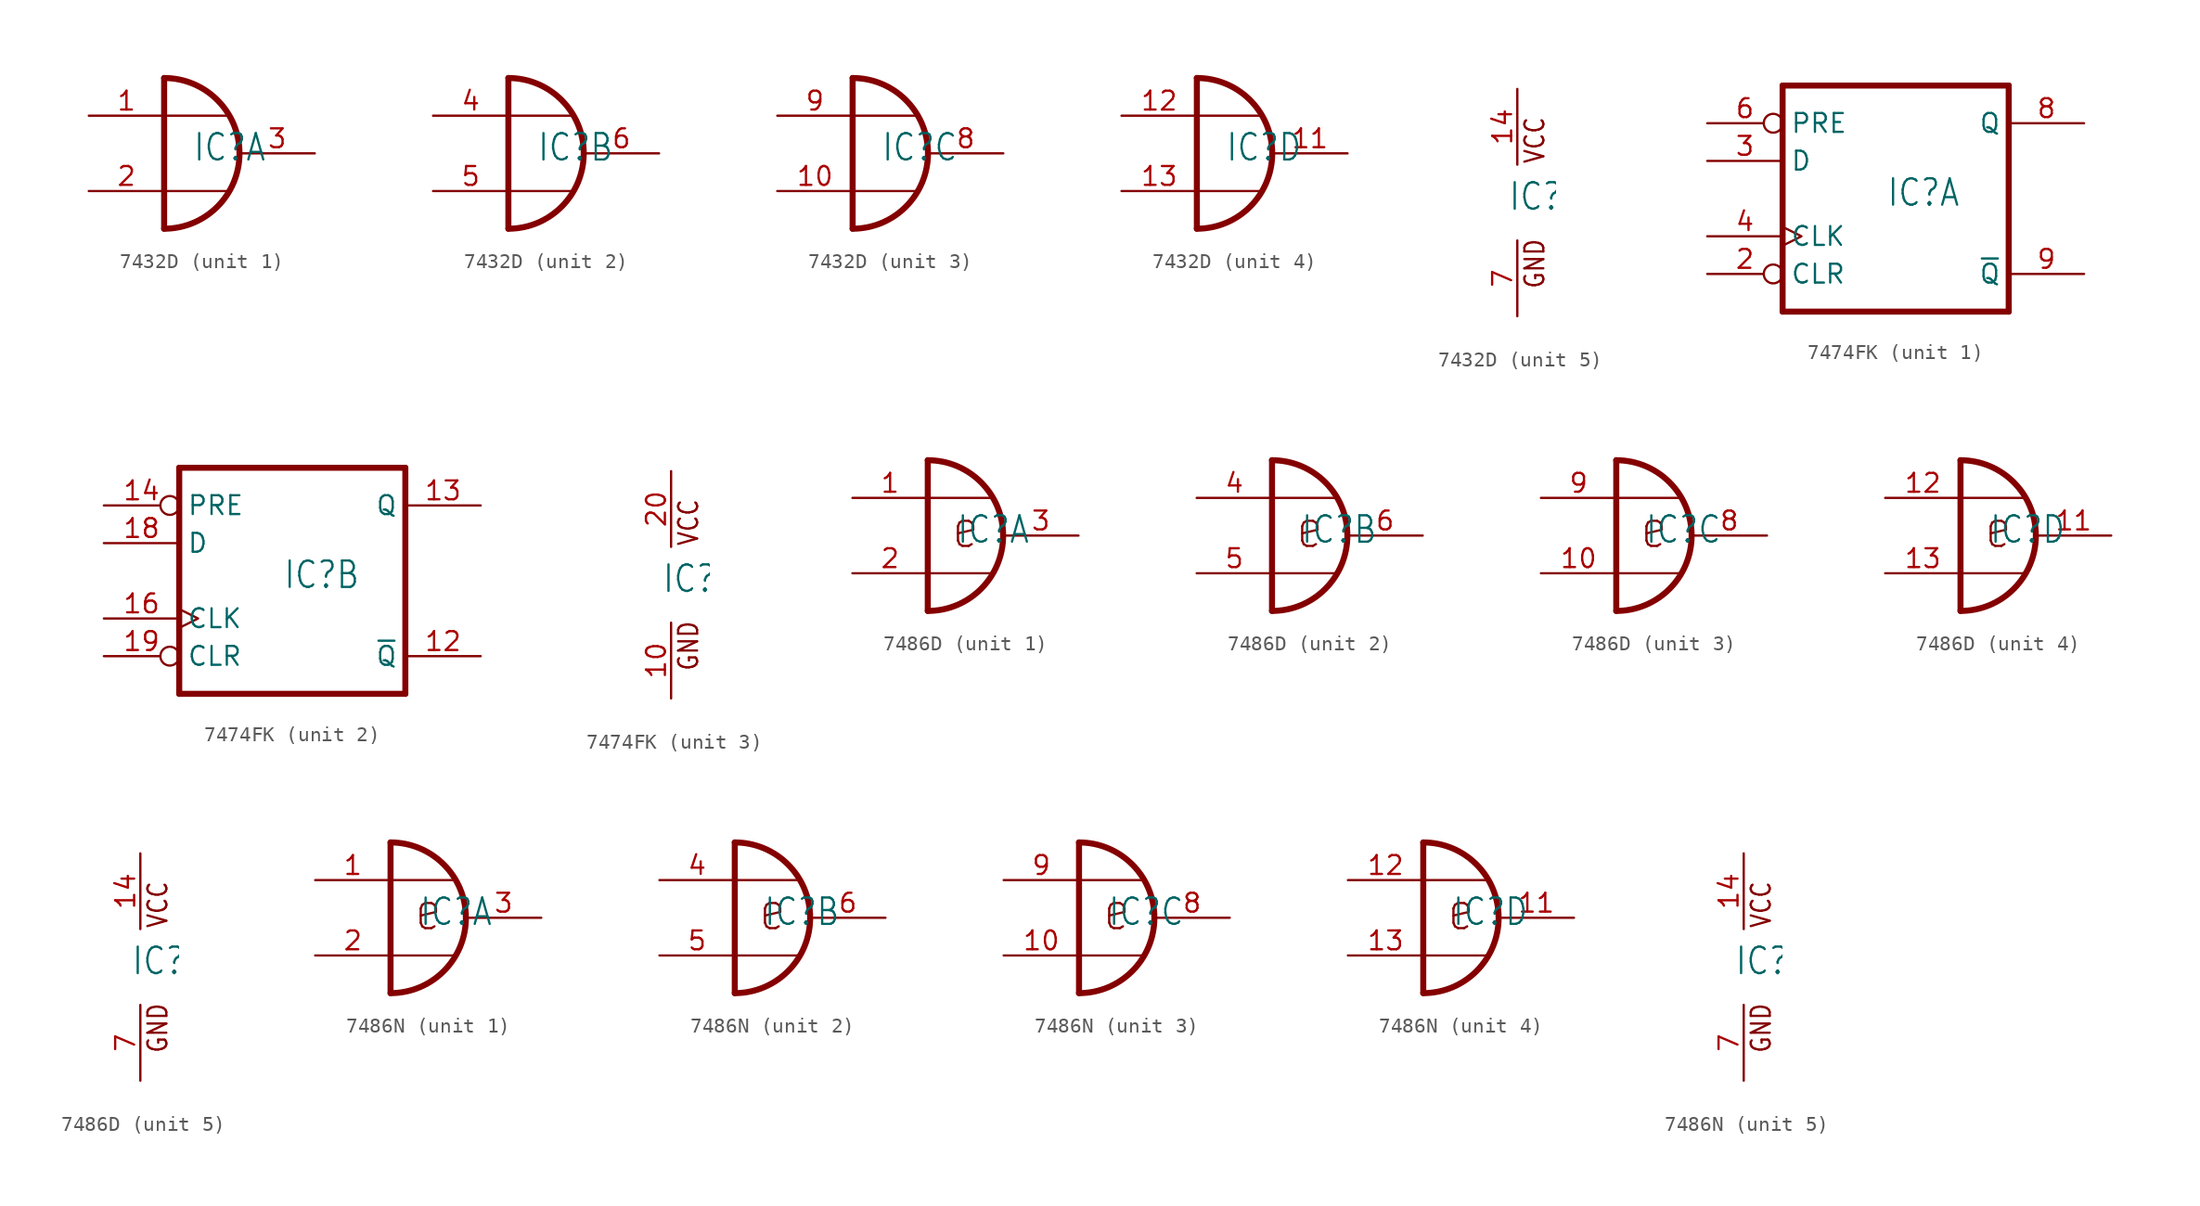
<source format=kicad_sym>
(kicad_symbol_lib
  (version 20211014)
  (generator kicad_symbol_editor)
  (symbol "7432D"
    (property "Reference" "IC"
      (at -0.635 -0.635 0)
      (effects (font (size 1.778 1.511)) (justify left bottom)))
    (property "ki_locked" ""
      (at 0 0 0)
      (effects (font (size 1.27 1.27))))
    (symbol "7432D_1_0"
      (arc (start -2.54 -5.08) (mid 2.54 0) (end -2.54 5.08) (stroke (width 0.4064) (type default) (color 0 0 0 0)) (fill (type none)))
      (polyline (pts (xy -2.54 5.08) (xy -2.54 -5.08)) (stroke (width 0.406) (type default) (color 0 0 0 0)) (fill (type none)))
      (polyline (pts (xy 1.778 -2.54) (xy -2.54 -2.54)) (stroke (width 0.152) (type default) (color 0 0 0 0)) (fill (type none)))
      (polyline (pts (xy 1.778 2.54) (xy -2.54 2.54)) (stroke (width 0.152) (type default) (color 0 0 0 0)) (fill (type none)))
      (pin input line (at -7.62 2.54 0) (length 5.08) (name "I0" (effects (font (size 0 0)))) (number "1" (effects (font (size 1.27 1.27)))))
      (pin input line (at -7.62 -2.54 0) (length 5.08) (name "I1" (effects (font (size 0 0)))) (number "2" (effects (font (size 1.27 1.27)))))
      (pin output line (at 7.62 0 180) (length 5.08) (name "O" (effects (font (size 0 0)))) (number "3" (effects (font (size 1.27 1.27))))))
    (symbol "7432D_2_0"
      (arc (start -2.54 -5.08) (mid 2.54 0) (end -2.54 5.08) (stroke (width 0.4064) (type default) (color 0 0 0 0)) (fill (type none)))
      (polyline (pts (xy -2.54 5.08) (xy -2.54 -5.08)) (stroke (width 0.406) (type default) (color 0 0 0 0)) (fill (type none)))
      (polyline (pts (xy 1.778 -2.54) (xy -2.54 -2.54)) (stroke (width 0.152) (type default) (color 0 0 0 0)) (fill (type none)))
      (polyline (pts (xy 1.778 2.54) (xy -2.54 2.54)) (stroke (width 0.152) (type default) (color 0 0 0 0)) (fill (type none)))
      (pin input line (at -7.62 2.54 0) (length 5.08) (name "I0" (effects (font (size 0 0)))) (number "4" (effects (font (size 1.27 1.27)))))
      (pin input line (at -7.62 -2.54 0) (length 5.08) (name "I1" (effects (font (size 0 0)))) (number "5" (effects (font (size 1.27 1.27)))))
      (pin output line (at 7.62 0 180) (length 5.08) (name "O" (effects (font (size 0 0)))) (number "6" (effects (font (size 1.27 1.27))))))
    (symbol "7432D_3_0"
      (arc (start -2.54 -5.08) (mid 2.54 0) (end -2.54 5.08) (stroke (width 0.4064) (type default) (color 0 0 0 0)) (fill (type none)))
      (polyline (pts (xy -2.54 5.08) (xy -2.54 -5.08)) (stroke (width 0.406) (type default) (color 0 0 0 0)) (fill (type none)))
      (polyline (pts (xy 1.778 -2.54) (xy -2.54 -2.54)) (stroke (width 0.152) (type default) (color 0 0 0 0)) (fill (type none)))
      (polyline (pts (xy 1.778 2.54) (xy -2.54 2.54)) (stroke (width 0.152) (type default) (color 0 0 0 0)) (fill (type none)))
      (pin input line (at -7.62 -2.54 0) (length 5.08) (name "I1" (effects (font (size 0 0)))) (number "10" (effects (font (size 1.27 1.27)))))
      (pin output line (at 7.62 0 180) (length 5.08) (name "O" (effects (font (size 0 0)))) (number "8" (effects (font (size 1.27 1.27)))))
      (pin input line (at -7.62 2.54 0) (length 5.08) (name "I0" (effects (font (size 0 0)))) (number "9" (effects (font (size 1.27 1.27))))))
    (symbol "7432D_4_0"
      (arc (start -2.54 -5.08) (mid 2.54 0) (end -2.54 5.08) (stroke (width 0.4064) (type default) (color 0 0 0 0)) (fill (type none)))
      (polyline (pts (xy -2.54 5.08) (xy -2.54 -5.08)) (stroke (width 0.406) (type default) (color 0 0 0 0)) (fill (type none)))
      (polyline (pts (xy 1.778 -2.54) (xy -2.54 -2.54)) (stroke (width 0.152) (type default) (color 0 0 0 0)) (fill (type none)))
      (polyline (pts (xy 1.778 2.54) (xy -2.54 2.54)) (stroke (width 0.152) (type default) (color 0 0 0 0)) (fill (type none)))
      (pin output line (at 7.62 0 180) (length 5.08) (name "O" (effects (font (size 0 0)))) (number "11" (effects (font (size 1.27 1.27)))))
      (pin input line (at -7.62 2.54 0) (length 5.08) (name "I0" (effects (font (size 0 0)))) (number "12" (effects (font (size 1.27 1.27)))))
      (pin input line (at -7.62 -2.54 0) (length 5.08) (name "I1" (effects (font (size 0 0)))) (number "13" (effects (font (size 1.27 1.27))))))
    (symbol "7432D_5_0"
      (text "GND" (at 1.905 -5.842 900) (effects (font (size 1.27 1.079)) (justify left bottom)))
      (text "VCC" (at 1.905 2.54 900) (effects (font (size 1.27 1.079)) (justify left bottom)))
      (pin power_in line (at 0 7.62 270) (length 5.08) (name "VCC" (effects (font (size 0 0)))) (number "14" (effects (font (size 1.27 1.27)))))
      (pin power_in line (at 0 -7.62 90) (length 5.08) (name "GND" (effects (font (size 0 0)))) (number "7" (effects (font (size 1.27 1.27)))))))
  (symbol "7474FK"
    (property "Reference" "IC"
      (at -0.635 -0.635 0)
      (effects (font (size 1.778 1.511)) (justify left bottom)))
    (property "ki_locked" ""
      (at 0 0 0)
      (effects (font (size 1.27 1.27))))
    (symbol "7474FK_1_0"
      (polyline (pts (xy -7.62 -7.62) (xy 7.62 -7.62)) (stroke (width 0.406) (type default) (color 0 0 0 0)) (fill (type none)))
      (polyline (pts (xy -7.62 7.62) (xy -7.62 -7.62)) (stroke (width 0.406) (type default) (color 0 0 0 0)) (fill (type none)))
      (polyline (pts (xy 7.62 -7.62) (xy 7.62 7.62)) (stroke (width 0.406) (type default) (color 0 0 0 0)) (fill (type none)))
      (polyline (pts (xy 7.62 7.62) (xy -7.62 7.62)) (stroke (width 0.406) (type default) (color 0 0 0 0)) (fill (type none)))
      (pin input inverted (at -12.7 -5.08 0) (length 5.08) (name "CLR" (effects (font (size 1.27 1.27)))) (number "2" (effects (font (size 1.27 1.27)))))
      (pin input line (at -12.7 2.54 0) (length 5.08) (name "D" (effects (font (size 1.27 1.27)))) (number "3" (effects (font (size 1.27 1.27)))))
      (pin input clock (at -12.7 -2.54 0) (length 5.08) (name "CLK" (effects (font (size 1.27 1.27)))) (number "4" (effects (font (size 1.27 1.27)))))
      (pin input inverted (at -12.7 5.08 0) (length 5.08) (name "PRE" (effects (font (size 1.27 1.27)))) (number "6" (effects (font (size 1.27 1.27)))))
      (pin output line (at 12.7 5.08 180) (length 5.08) (name "Q" (effects (font (size 1.27 1.27)))) (number "8" (effects (font (size 1.27 1.27)))))
      (pin output line (at 12.7 -5.08 180) (length 5.08) (name "~{Q}" (effects (font (size 1.27 1.27)))) (number "9" (effects (font (size 1.27 1.27))))))
    (symbol "7474FK_2_0"
      (polyline (pts (xy -7.62 -7.62) (xy 7.62 -7.62)) (stroke (width 0.406) (type default) (color 0 0 0 0)) (fill (type none)))
      (polyline (pts (xy -7.62 7.62) (xy -7.62 -7.62)) (stroke (width 0.406) (type default) (color 0 0 0 0)) (fill (type none)))
      (polyline (pts (xy 7.62 -7.62) (xy 7.62 7.62)) (stroke (width 0.406) (type default) (color 0 0 0 0)) (fill (type none)))
      (polyline (pts (xy 7.62 7.62) (xy -7.62 7.62)) (stroke (width 0.406) (type default) (color 0 0 0 0)) (fill (type none)))
      (pin output line (at 12.7 -5.08 180) (length 5.08) (name "~{Q}" (effects (font (size 1.27 1.27)))) (number "12" (effects (font (size 1.27 1.27)))))
      (pin output line (at 12.7 5.08 180) (length 5.08) (name "Q" (effects (font (size 1.27 1.27)))) (number "13" (effects (font (size 1.27 1.27)))))
      (pin input inverted (at -12.7 5.08 0) (length 5.08) (name "PRE" (effects (font (size 1.27 1.27)))) (number "14" (effects (font (size 1.27 1.27)))))
      (pin input clock (at -12.7 -2.54 0) (length 5.08) (name "CLK" (effects (font (size 1.27 1.27)))) (number "16" (effects (font (size 1.27 1.27)))))
      (pin input line (at -12.7 2.54 0) (length 5.08) (name "D" (effects (font (size 1.27 1.27)))) (number "18" (effects (font (size 1.27 1.27)))))
      (pin input inverted (at -12.7 -5.08 0) (length 5.08) (name "CLR" (effects (font (size 1.27 1.27)))) (number "19" (effects (font (size 1.27 1.27))))))
    (symbol "7474FK_3_0"
      (text "GND" (at 1.905 -5.842 900) (effects (font (size 1.27 1.079)) (justify left bottom)))
      (text "VCC" (at 1.905 2.54 900) (effects (font (size 1.27 1.079)) (justify left bottom)))
      (pin power_in line (at 0 -7.62 90) (length 5.08) (name "GND" (effects (font (size 0 0)))) (number "10" (effects (font (size 1.27 1.27)))))
      (pin power_in line (at 0 7.62 270) (length 5.08) (name "VCC" (effects (font (size 0 0)))) (number "20" (effects (font (size 1.27 1.27)))))))
  (symbol "7486D"
    (property "Reference" "IC"
      (at -0.635 -0.635 0)
      (effects (font (size 1.778 1.511)) (justify left bottom)))
    (property "ki_locked" ""
      (at 0 0 0)
      (effects (font (size 1.27 1.27))))
    (symbol "7486D_1_0"
      (arc (start -2.54 -5.08) (mid 2.54 0) (end -2.54 5.08) (stroke (width 0.4064) (type default) (color 0 0 0 0)) (fill (type none)))
      (polyline (pts (xy -2.54 5.08) (xy -2.54 -5.08)) (stroke (width 0.406) (type default) (color 0 0 0 0)) (fill (type none)))
      (polyline (pts (xy 1.778 -2.54) (xy -2.54 -2.54)) (stroke (width 0.152) (type default) (color 0 0 0 0)) (fill (type none)))
      (polyline (pts (xy 1.778 2.54) (xy -2.54 2.54)) (stroke (width 0.152) (type default) (color 0 0 0 0)) (fill (type none)))
      (text "e" (at -1.016 -1.016 0) (effects (font (size 2.54 2.159)) (justify left bottom)))
      (pin input line (at -7.62 2.54 0) (length 5.08) (name "I0" (effects (font (size 0 0)))) (number "1" (effects (font (size 1.27 1.27)))))
      (pin input line (at -7.62 -2.54 0) (length 5.08) (name "I1" (effects (font (size 0 0)))) (number "2" (effects (font (size 1.27 1.27)))))
      (pin output line (at 7.62 0 180) (length 5.08) (name "O" (effects (font (size 0 0)))) (number "3" (effects (font (size 1.27 1.27))))))
    (symbol "7486D_2_0"
      (arc (start -2.54 -5.08) (mid 2.54 0) (end -2.54 5.08) (stroke (width 0.4064) (type default) (color 0 0 0 0)) (fill (type none)))
      (polyline (pts (xy -2.54 5.08) (xy -2.54 -5.08)) (stroke (width 0.406) (type default) (color 0 0 0 0)) (fill (type none)))
      (polyline (pts (xy 1.778 -2.54) (xy -2.54 -2.54)) (stroke (width 0.152) (type default) (color 0 0 0 0)) (fill (type none)))
      (polyline (pts (xy 1.778 2.54) (xy -2.54 2.54)) (stroke (width 0.152) (type default) (color 0 0 0 0)) (fill (type none)))
      (text "e" (at -1.016 -1.016 0) (effects (font (size 2.54 2.159)) (justify left bottom)))
      (pin input line (at -7.62 2.54 0) (length 5.08) (name "I0" (effects (font (size 0 0)))) (number "4" (effects (font (size 1.27 1.27)))))
      (pin input line (at -7.62 -2.54 0) (length 5.08) (name "I1" (effects (font (size 0 0)))) (number "5" (effects (font (size 1.27 1.27)))))
      (pin output line (at 7.62 0 180) (length 5.08) (name "O" (effects (font (size 0 0)))) (number "6" (effects (font (size 1.27 1.27))))))
    (symbol "7486D_3_0"
      (arc (start -2.54 -5.08) (mid 2.54 0) (end -2.54 5.08) (stroke (width 0.4064) (type default) (color 0 0 0 0)) (fill (type none)))
      (polyline (pts (xy -2.54 5.08) (xy -2.54 -5.08)) (stroke (width 0.406) (type default) (color 0 0 0 0)) (fill (type none)))
      (polyline (pts (xy 1.778 -2.54) (xy -2.54 -2.54)) (stroke (width 0.152) (type default) (color 0 0 0 0)) (fill (type none)))
      (polyline (pts (xy 1.778 2.54) (xy -2.54 2.54)) (stroke (width 0.152) (type default) (color 0 0 0 0)) (fill (type none)))
      (text "e" (at -1.016 -1.016 0) (effects (font (size 2.54 2.159)) (justify left bottom)))
      (pin input line (at -7.62 -2.54 0) (length 5.08) (name "I1" (effects (font (size 0 0)))) (number "10" (effects (font (size 1.27 1.27)))))
      (pin output line (at 7.62 0 180) (length 5.08) (name "O" (effects (font (size 0 0)))) (number "8" (effects (font (size 1.27 1.27)))))
      (pin input line (at -7.62 2.54 0) (length 5.08) (name "I0" (effects (font (size 0 0)))) (number "9" (effects (font (size 1.27 1.27))))))
    (symbol "7486D_4_0"
      (arc (start -2.54 -5.08) (mid 2.54 0) (end -2.54 5.08) (stroke (width 0.4064) (type default) (color 0 0 0 0)) (fill (type none)))
      (polyline (pts (xy -2.54 5.08) (xy -2.54 -5.08)) (stroke (width 0.406) (type default) (color 0 0 0 0)) (fill (type none)))
      (polyline (pts (xy 1.778 -2.54) (xy -2.54 -2.54)) (stroke (width 0.152) (type default) (color 0 0 0 0)) (fill (type none)))
      (polyline (pts (xy 1.778 2.54) (xy -2.54 2.54)) (stroke (width 0.152) (type default) (color 0 0 0 0)) (fill (type none)))
      (text "e" (at -1.016 -1.016 0) (effects (font (size 2.54 2.159)) (justify left bottom)))
      (pin output line (at 7.62 0 180) (length 5.08) (name "O" (effects (font (size 0 0)))) (number "11" (effects (font (size 1.27 1.27)))))
      (pin input line (at -7.62 2.54 0) (length 5.08) (name "I0" (effects (font (size 0 0)))) (number "12" (effects (font (size 1.27 1.27)))))
      (pin input line (at -7.62 -2.54 0) (length 5.08) (name "I1" (effects (font (size 0 0)))) (number "13" (effects (font (size 1.27 1.27))))))
    (symbol "7486D_5_0"
      (text "GND" (at 1.905 -5.842 900) (effects (font (size 1.27 1.079)) (justify left bottom)))
      (text "VCC" (at 1.905 2.54 900) (effects (font (size 1.27 1.079)) (justify left bottom)))
      (pin power_in line (at 0 7.62 270) (length 5.08) (name "VCC" (effects (font (size 0 0)))) (number "14" (effects (font (size 1.27 1.27)))))
      (pin power_in line (at 0 -7.62 90) (length 5.08) (name "GND" (effects (font (size 0 0)))) (number "7" (effects (font (size 1.27 1.27)))))))
  (symbol "7486N"
    (property "Reference" "IC"
      (at -0.635 -0.635 0)
      (effects (font (size 1.778 1.511)) (justify left bottom)))
    (property "ki_locked" ""
      (at 0 0 0)
      (effects (font (size 1.27 1.27))))
    (symbol "7486N_1_0"
      (arc (start -2.54 -5.08) (mid 2.54 0) (end -2.54 5.08) (stroke (width 0.4064) (type default) (color 0 0 0 0)) (fill (type none)))
      (polyline (pts (xy -2.54 5.08) (xy -2.54 -5.08)) (stroke (width 0.406) (type default) (color 0 0 0 0)) (fill (type none)))
      (polyline (pts (xy 1.778 -2.54) (xy -2.54 -2.54)) (stroke (width 0.152) (type default) (color 0 0 0 0)) (fill (type none)))
      (polyline (pts (xy 1.778 2.54) (xy -2.54 2.54)) (stroke (width 0.152) (type default) (color 0 0 0 0)) (fill (type none)))
      (text "e" (at -1.016 -1.016 0) (effects (font (size 2.54 2.159)) (justify left bottom)))
      (pin input line (at -7.62 2.54 0) (length 5.08) (name "I0" (effects (font (size 0 0)))) (number "1" (effects (font (size 1.27 1.27)))))
      (pin input line (at -7.62 -2.54 0) (length 5.08) (name "I1" (effects (font (size 0 0)))) (number "2" (effects (font (size 1.27 1.27)))))
      (pin output line (at 7.62 0 180) (length 5.08) (name "O" (effects (font (size 0 0)))) (number "3" (effects (font (size 1.27 1.27))))))
    (symbol "7486N_2_0"
      (arc (start -2.54 -5.08) (mid 2.54 0) (end -2.54 5.08) (stroke (width 0.4064) (type default) (color 0 0 0 0)) (fill (type none)))
      (polyline (pts (xy -2.54 5.08) (xy -2.54 -5.08)) (stroke (width 0.406) (type default) (color 0 0 0 0)) (fill (type none)))
      (polyline (pts (xy 1.778 -2.54) (xy -2.54 -2.54)) (stroke (width 0.152) (type default) (color 0 0 0 0)) (fill (type none)))
      (polyline (pts (xy 1.778 2.54) (xy -2.54 2.54)) (stroke (width 0.152) (type default) (color 0 0 0 0)) (fill (type none)))
      (text "e" (at -1.016 -1.016 0) (effects (font (size 2.54 2.159)) (justify left bottom)))
      (pin input line (at -7.62 2.54 0) (length 5.08) (name "I0" (effects (font (size 0 0)))) (number "4" (effects (font (size 1.27 1.27)))))
      (pin input line (at -7.62 -2.54 0) (length 5.08) (name "I1" (effects (font (size 0 0)))) (number "5" (effects (font (size 1.27 1.27)))))
      (pin output line (at 7.62 0 180) (length 5.08) (name "O" (effects (font (size 0 0)))) (number "6" (effects (font (size 1.27 1.27))))))
    (symbol "7486N_3_0"
      (arc (start -2.54 -5.08) (mid 2.54 0) (end -2.54 5.08) (stroke (width 0.4064) (type default) (color 0 0 0 0)) (fill (type none)))
      (polyline (pts (xy -2.54 5.08) (xy -2.54 -5.08)) (stroke (width 0.406) (type default) (color 0 0 0 0)) (fill (type none)))
      (polyline (pts (xy 1.778 -2.54) (xy -2.54 -2.54)) (stroke (width 0.152) (type default) (color 0 0 0 0)) (fill (type none)))
      (polyline (pts (xy 1.778 2.54) (xy -2.54 2.54)) (stroke (width 0.152) (type default) (color 0 0 0 0)) (fill (type none)))
      (text "e" (at -1.016 -1.016 0) (effects (font (size 2.54 2.159)) (justify left bottom)))
      (pin input line (at -7.62 -2.54 0) (length 5.08) (name "I1" (effects (font (size 0 0)))) (number "10" (effects (font (size 1.27 1.27)))))
      (pin output line (at 7.62 0 180) (length 5.08) (name "O" (effects (font (size 0 0)))) (number "8" (effects (font (size 1.27 1.27)))))
      (pin input line (at -7.62 2.54 0) (length 5.08) (name "I0" (effects (font (size 0 0)))) (number "9" (effects (font (size 1.27 1.27))))))
    (symbol "7486N_4_0"
      (arc (start -2.54 -5.08) (mid 2.54 0) (end -2.54 5.08) (stroke (width 0.4064) (type default) (color 0 0 0 0)) (fill (type none)))
      (polyline (pts (xy -2.54 5.08) (xy -2.54 -5.08)) (stroke (width 0.406) (type default) (color 0 0 0 0)) (fill (type none)))
      (polyline (pts (xy 1.778 -2.54) (xy -2.54 -2.54)) (stroke (width 0.152) (type default) (color 0 0 0 0)) (fill (type none)))
      (polyline (pts (xy 1.778 2.54) (xy -2.54 2.54)) (stroke (width 0.152) (type default) (color 0 0 0 0)) (fill (type none)))
      (text "e" (at -1.016 -1.016 0) (effects (font (size 2.54 2.159)) (justify left bottom)))
      (pin output line (at 7.62 0 180) (length 5.08) (name "O" (effects (font (size 0 0)))) (number "11" (effects (font (size 1.27 1.27)))))
      (pin input line (at -7.62 2.54 0) (length 5.08) (name "I0" (effects (font (size 0 0)))) (number "12" (effects (font (size 1.27 1.27)))))
      (pin input line (at -7.62 -2.54 0) (length 5.08) (name "I1" (effects (font (size 0 0)))) (number "13" (effects (font (size 1.27 1.27))))))
    (symbol "7486N_5_0"
      (text "GND" (at 1.905 -5.842 900) (effects (font (size 1.27 1.079)) (justify left bottom)))
      (text "VCC" (at 1.905 2.54 900) (effects (font (size 1.27 1.079)) (justify left bottom)))
      (pin power_in line (at 0 7.62 270) (length 5.08) (name "VCC" (effects (font (size 0 0)))) (number "14" (effects (font (size 1.27 1.27)))))
      (pin power_in line (at 0 -7.62 90) (length 5.08) (name "GND" (effects (font (size 0 0)))) (number "7" (effects (font (size 1.27 1.27))))))))
</source>
